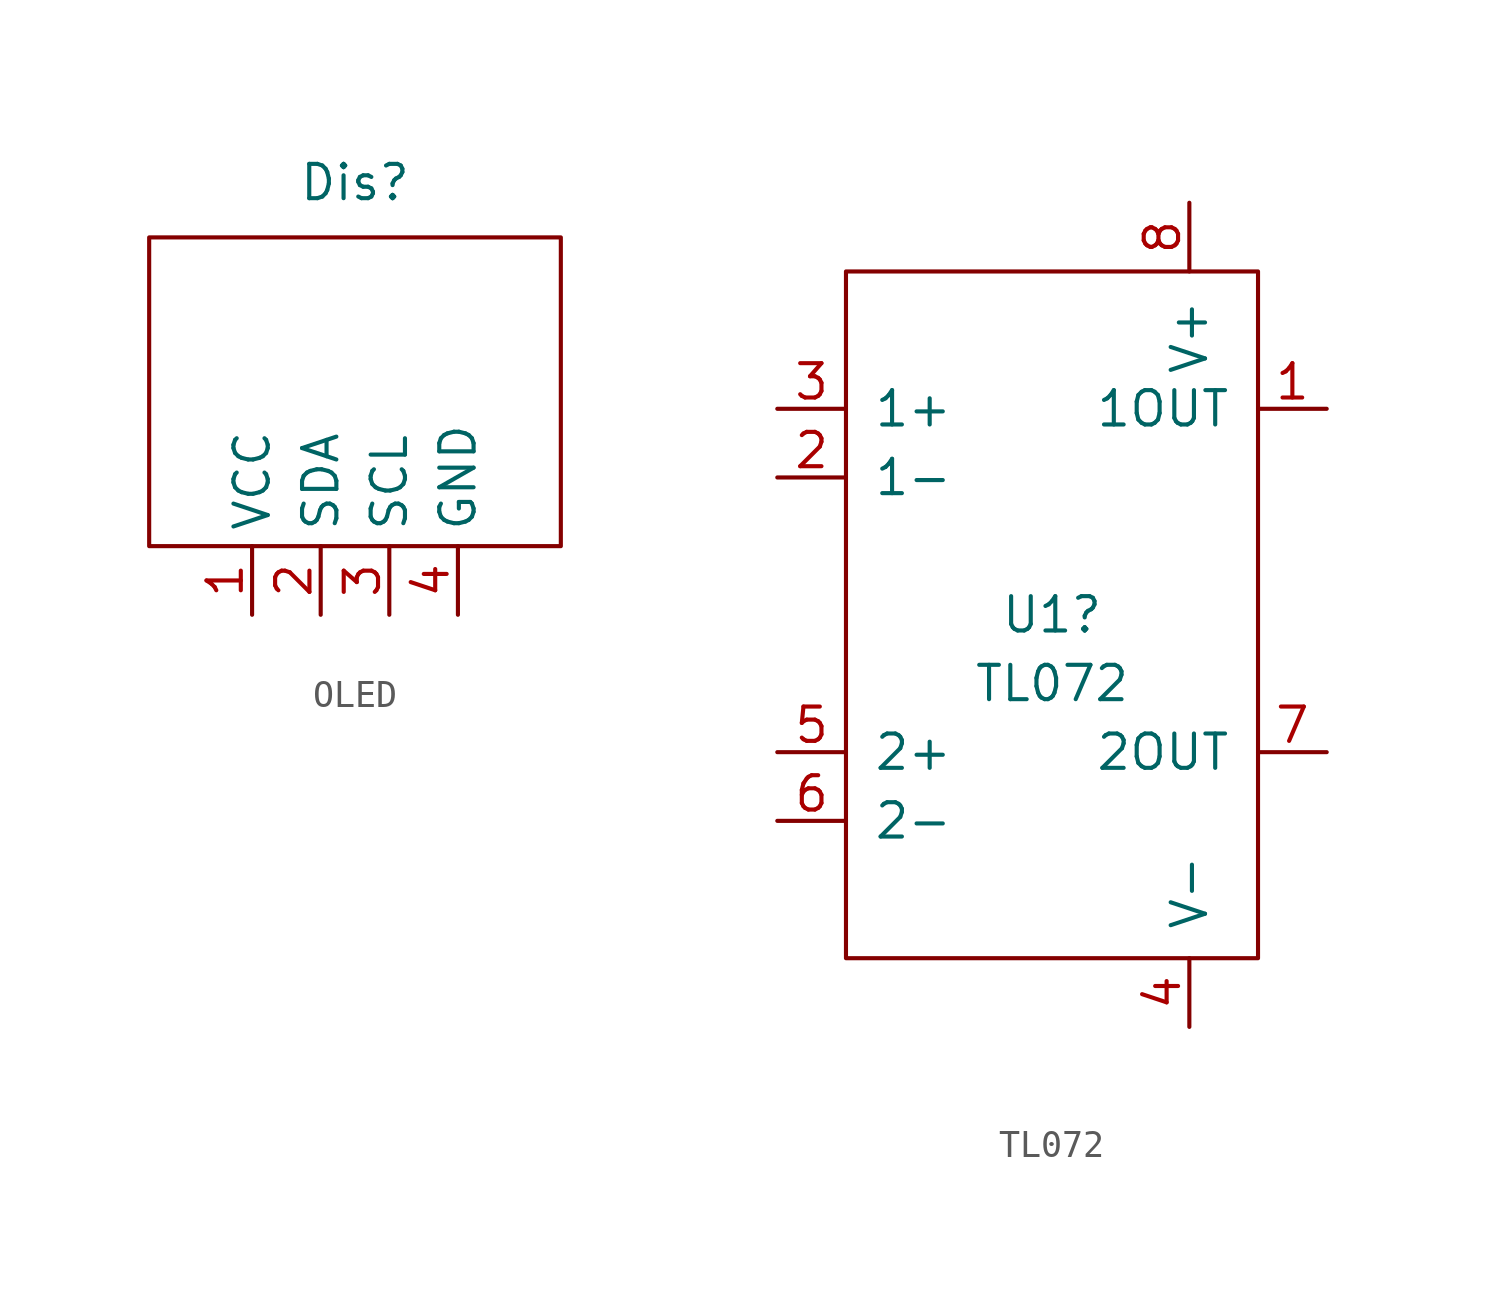
<source format=kicad_sym>
(kicad_symbol_lib
  (version 20241209)
  (generator "kicad_symbol_editor")
  (generator_version "9.0")
  (symbol "OLED"
    (property "Reference" "Dis"
      (at 0 7.112 0)
      (effects (font (size 1.27 1.27))))
    (property "Value" ""
      (at 0 0 0)
      (effects (font (size 1.27 1.27))))
    (symbol "OLED_0_1"
      (rectangle (start -7.62 5.08) (end 7.62 -6.35) (stroke (width 0) (type default)) (fill (type none))))
    (symbol "OLED_1_1"
      (pin power_in line (at -3.81 -8.89 90) (length 2.54) (name "VCC" (effects (font (size 1.27 1.27)))) (number "1" (effects (font (size 1.27 1.27)))))
      (pin bidirectional line (at -1.27 -8.89 90) (length 2.54) (name "SDA" (effects (font (size 1.27 1.27)))) (number "2" (effects (font (size 1.27 1.27)))))
      (pin bidirectional line (at 1.27 -8.89 90) (length 2.54) (name "SCL" (effects (font (size 1.27 1.27)))) (number "3" (effects (font (size 1.27 1.27)))))
      (pin power_in line (at 3.81 -8.89 90) (length 2.54) (name "GND" (effects (font (size 1.27 1.27)))) (number "4" (effects (font (size 1.27 1.27)))))))
  (symbol "TL072"
    (pin_names
      (offset 1))
    (property "Reference" "U1"
      (at 0 0 0)
      (effects (font (size 1.27 1.27))))
    (property "Value" "TL072"
      (at 0 -2.54 0)
      (effects (font (size 1.27 1.27))))
    (property "Description" ""
      (at 0 0 0)
      (effects (font (size 1.27 1.27))))
    (symbol "TL072_0_1"
      (rectangle (start -7.62 12.7) (end 7.62 -12.7) (stroke (width 0) (type default)) (fill (type none))))
    (symbol "TL072_1_1"
      (pin input line (at -10.16 7.62 0) (length 2.54) (name "1+" (effects (font (size 1.27 1.27)))) (number "3" (effects (font (size 1.27 1.27)))))
      (pin input line (at -10.16 5.08 0) (length 2.54) (name "1-" (effects (font (size 1.27 1.27)))) (number "2" (effects (font (size 1.27 1.27)))))
      (pin input line (at -10.16 -5.08 0) (length 2.54) (name "2+" (effects (font (size 1.27 1.27)))) (number "5" (effects (font (size 1.27 1.27)))))
      (pin input line (at -10.16 -7.62 0) (length 2.54) (name "2-" (effects (font (size 1.27 1.27)))) (number "6" (effects (font (size 1.27 1.27)))))
      (pin power_in line (at 5.08 15.24 270) (length 2.54) (name "V+" (effects (font (size 1.27 1.27)))) (number "8" (effects (font (size 1.27 1.27)))))
      (pin power_in line (at 5.08 -15.24 90) (length 2.54) (name "V-" (effects (font (size 1.27 1.27)))) (number "4" (effects (font (size 1.27 1.27)))))
      (pin output line (at 10.16 7.62 180) (length 2.54) (name "1OUT" (effects (font (size 1.27 1.27)))) (number "1" (effects (font (size 1.27 1.27)))))
      (pin output line (at 10.16 -5.08 180) (length 2.54) (name "2OUT" (effects (font (size 1.27 1.27)))) (number "7" (effects (font (size 1.27 1.27))))))))
</source>
